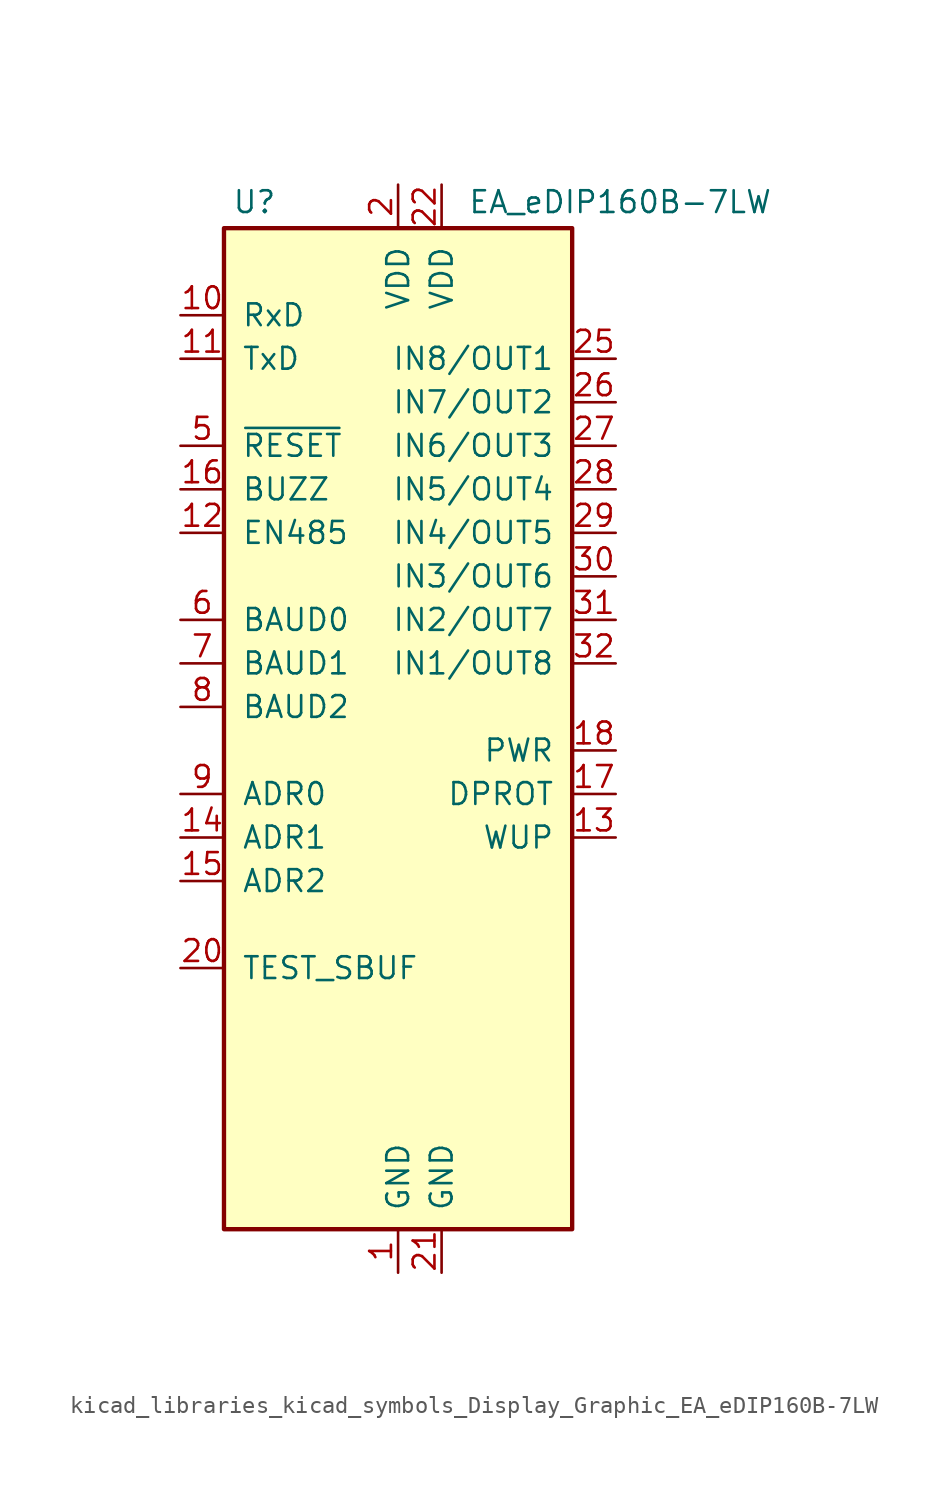
<source format=kicad_sym>
(kicad_symbol_lib
  (version 20220914)
  (generator kicad_symbol_editor)
  (symbol "kicad_libraries_kicad_symbols_Display_Graphic_EA_eDIP160B-7LW"
    (pin_names
      (offset 1.016))
    (property "Reference" "U"
      (at -8.382 29.464 0)
      (effects (font (size 1.27 1.27))))
    (property "Value" "EA_eDIP160B-7LW"
      (at 4.064 29.464 0)
      (effects (font (size 1.27 1.27)) (justify left)))
    (symbol "kicad_libraries_kicad_symbols_Display_Graphic_EA_eDIP160B-7LW_0_1"
      (rectangle (start -10.16 27.94) (end 10.16 -30.48) (stroke (width 0.254) (type default)) (fill (type background))))
    (symbol "kicad_libraries_kicad_symbols_Display_Graphic_EA_eDIP160B-7LW_1_1"
      (pin power_in line (at 0 -33.02 90) (length 2.54) (name "GND" (effects (font (size 1.27 1.27)))) (number "1" (effects (font (size 1.27 1.27)))))
      (pin input line (at -12.7 22.86 0) (length 2.54) (name "RxD" (effects (font (size 1.27 1.27)))) (number "10" (effects (font (size 1.27 1.27)))))
      (pin output line (at -12.7 20.32 0) (length 2.54) (name "TxD" (effects (font (size 1.27 1.27)))) (number "11" (effects (font (size 1.27 1.27)))))
      (pin output line (at -12.7 10.16 0) (length 2.54) (name "EN485" (effects (font (size 1.27 1.27)))) (number "12" (effects (font (size 1.27 1.27)))))
      (pin input line (at 12.7 -7.62 180) (length 2.54) (name "WUP" (effects (font (size 1.27 1.27)))) (number "13" (effects (font (size 1.27 1.27)))))
      (pin input line (at -12.7 -7.62 0) (length 2.54) (name "ADR1" (effects (font (size 1.27 1.27)))) (number "14" (effects (font (size 1.27 1.27)))))
      (pin input line (at -12.7 -10.16 0) (length 2.54) (name "ADR2" (effects (font (size 1.27 1.27)))) (number "15" (effects (font (size 1.27 1.27)))))
      (pin output line (at -12.7 12.7 0) (length 2.54) (name "BUZZ" (effects (font (size 1.27 1.27)))) (number "16" (effects (font (size 1.27 1.27)))))
      (pin input line (at 12.7 -5.08 180) (length 2.54) (name "DPROT" (effects (font (size 1.27 1.27)))) (number "17" (effects (font (size 1.27 1.27)))))
      (pin output line (at 12.7 -2.54 180) (length 2.54) (name "PWR" (effects (font (size 1.27 1.27)))) (number "18" (effects (font (size 1.27 1.27)))))
      (pin no_connect line (at -10.16 -22.86 0) (length 2.54) hide (name "NC" (effects (font (size 1.27 1.27)))) (number "19" (effects (font (size 1.27 1.27)))))
      (pin power_in line (at 0 30.48 270) (length 2.54) (name "VDD" (effects (font (size 1.27 1.27)))) (number "2" (effects (font (size 1.27 1.27)))))
      (pin open_collector line (at -12.7 -15.24 0) (length 2.54) (name "TEST_SBUF" (effects (font (size 1.27 1.27)))) (number "20" (effects (font (size 1.27 1.27)))))
      (pin power_in line (at 2.54 -33.02 90) (length 2.54) (name "GND" (effects (font (size 1.27 1.27)))) (number "21" (effects (font (size 1.27 1.27)))))
      (pin power_in line (at 2.54 30.48 270) (length 2.54) (name "VDD" (effects (font (size 1.27 1.27)))) (number "22" (effects (font (size 1.27 1.27)))))
      (pin no_connect line (at -10.16 -25.4 0) (length 2.54) hide (name "NC" (effects (font (size 1.27 1.27)))) (number "23" (effects (font (size 1.27 1.27)))))
      (pin no_connect line (at -10.16 -27.94 0) (length 2.54) hide (name "NC" (effects (font (size 1.27 1.27)))) (number "24" (effects (font (size 1.27 1.27)))))
      (pin bidirectional line (at 12.7 20.32 180) (length 2.54) (name "IN8/OUT1" (effects (font (size 1.27 1.27)))) (number "25" (effects (font (size 1.27 1.27)))))
      (pin bidirectional line (at 12.7 17.78 180) (length 2.54) (name "IN7/OUT2" (effects (font (size 1.27 1.27)))) (number "26" (effects (font (size 1.27 1.27)))))
      (pin bidirectional line (at 12.7 15.24 180) (length 2.54) (name "IN6/OUT3" (effects (font (size 1.27 1.27)))) (number "27" (effects (font (size 1.27 1.27)))))
      (pin bidirectional line (at 12.7 12.7 180) (length 2.54) (name "IN5/OUT4" (effects (font (size 1.27 1.27)))) (number "28" (effects (font (size 1.27 1.27)))))
      (pin bidirectional line (at 12.7 10.16 180) (length 2.54) (name "IN4/OUT5" (effects (font (size 1.27 1.27)))) (number "29" (effects (font (size 1.27 1.27)))))
      (pin no_connect line (at -10.16 -17.78 0) (length 2.54) hide (name "NC" (effects (font (size 1.27 1.27)))) (number "3" (effects (font (size 1.27 1.27)))))
      (pin bidirectional line (at 12.7 7.62 180) (length 2.54) (name "IN3/OUT6" (effects (font (size 1.27 1.27)))) (number "30" (effects (font (size 1.27 1.27)))))
      (pin bidirectional line (at 12.7 5.08 180) (length 2.54) (name "IN2/OUT7" (effects (font (size 1.27 1.27)))) (number "31" (effects (font (size 1.27 1.27)))))
      (pin bidirectional line (at 12.7 2.54 180) (length 2.54) (name "IN1/OUT8" (effects (font (size 1.27 1.27)))) (number "32" (effects (font (size 1.27 1.27)))))
      (pin no_connect line (at 10.16 -10.16 180) (length 2.54) hide (name "NC" (effects (font (size 1.27 1.27)))) (number "33" (effects (font (size 1.27 1.27)))))
      (pin no_connect line (at 10.16 -12.7 180) (length 2.54) hide (name "NC" (effects (font (size 1.27 1.27)))) (number "34" (effects (font (size 1.27 1.27)))))
      (pin no_connect line (at 10.16 -15.24 180) (length 2.54) hide (name "NC" (effects (font (size 1.27 1.27)))) (number "35" (effects (font (size 1.27 1.27)))))
      (pin no_connect line (at 10.16 -17.78 180) (length 2.54) hide (name "NC" (effects (font (size 1.27 1.27)))) (number "36" (effects (font (size 1.27 1.27)))))
      (pin no_connect line (at 10.16 -20.32 180) (length 2.54) hide (name "NC" (effects (font (size 1.27 1.27)))) (number "37" (effects (font (size 1.27 1.27)))))
      (pin no_connect line (at 10.16 -22.86 180) (length 2.54) hide (name "NC" (effects (font (size 1.27 1.27)))) (number "38" (effects (font (size 1.27 1.27)))))
      (pin no_connect line (at 10.16 -25.4 180) (length 2.54) hide (name "NC" (effects (font (size 1.27 1.27)))) (number "39" (effects (font (size 1.27 1.27)))))
      (pin no_connect line (at -10.16 -20.32 0) (length 2.54) hide (name "NC" (effects (font (size 1.27 1.27)))) (number "4" (effects (font (size 1.27 1.27)))))
      (pin no_connect line (at 10.16 -27.94 180) (length 2.54) hide (name "NC" (effects (font (size 1.27 1.27)))) (number "40" (effects (font (size 1.27 1.27)))))
      (pin input line (at -12.7 15.24 0) (length 2.54) (name "~{RESET}" (effects (font (size 1.27 1.27)))) (number "5" (effects (font (size 1.27 1.27)))))
      (pin input line (at -12.7 5.08 0) (length 2.54) (name "BAUD0" (effects (font (size 1.27 1.27)))) (number "6" (effects (font (size 1.27 1.27)))))
      (pin input line (at -12.7 2.54 0) (length 2.54) (name "BAUD1" (effects (font (size 1.27 1.27)))) (number "7" (effects (font (size 1.27 1.27)))))
      (pin input line (at -12.7 0 0) (length 2.54) (name "BAUD2" (effects (font (size 1.27 1.27)))) (number "8" (effects (font (size 1.27 1.27)))))
      (pin input line (at -12.7 -5.08 0) (length 2.54) (name "ADR0" (effects (font (size 1.27 1.27)))) (number "9" (effects (font (size 1.27 1.27))))))))
</source>
